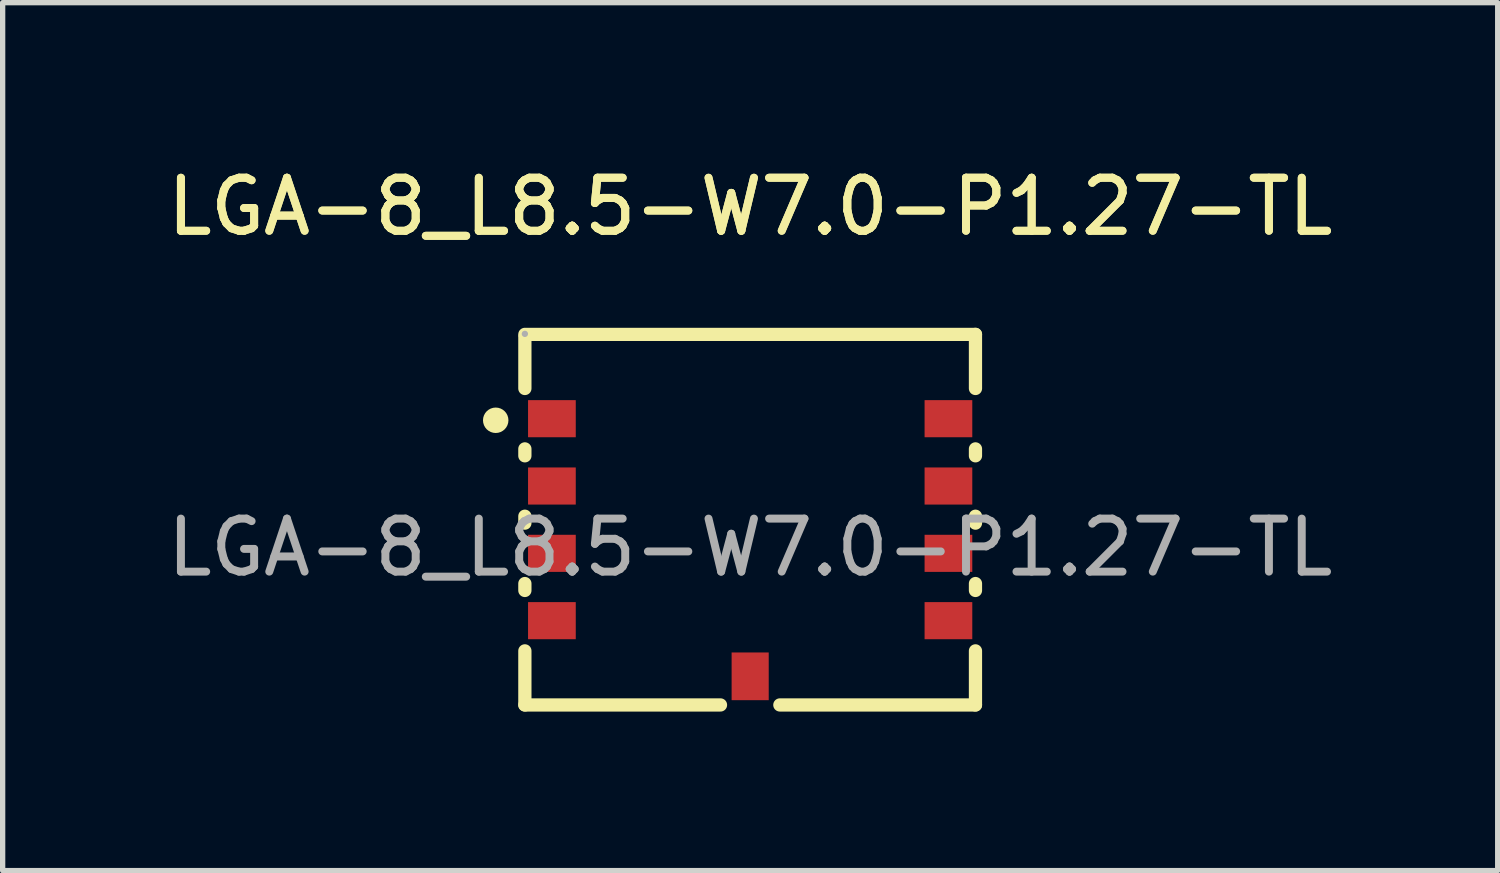
<source format=kicad_pcb>
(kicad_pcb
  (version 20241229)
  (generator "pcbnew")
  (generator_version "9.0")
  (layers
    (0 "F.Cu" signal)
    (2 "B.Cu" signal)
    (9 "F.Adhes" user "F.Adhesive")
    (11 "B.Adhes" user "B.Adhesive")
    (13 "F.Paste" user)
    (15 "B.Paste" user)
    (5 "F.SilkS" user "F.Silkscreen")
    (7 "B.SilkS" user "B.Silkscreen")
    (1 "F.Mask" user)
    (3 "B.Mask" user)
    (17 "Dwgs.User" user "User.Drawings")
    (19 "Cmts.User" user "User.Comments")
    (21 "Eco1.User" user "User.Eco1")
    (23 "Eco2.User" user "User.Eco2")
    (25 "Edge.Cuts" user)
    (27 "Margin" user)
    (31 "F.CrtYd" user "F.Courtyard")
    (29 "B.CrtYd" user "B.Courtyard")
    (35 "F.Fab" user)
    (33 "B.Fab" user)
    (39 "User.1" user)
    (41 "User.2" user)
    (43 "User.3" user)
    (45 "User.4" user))
  (footprint "LGA-8_L8.5-W7.0-P1.27-TL"
    (layer "F.Cu")
    (at 11.101 7.278)
    (property "Reference" "LGA-8_L8.5-W7.0-P1.27-TL" (at 0 -6.43 0) (layer "F.SilkS") (effects (font (size 1 1) (thickness 0.15))))
    (attr through_hole)
    (fp_line (start -4.25 -4.02) (end 4.25 -4.02) (stroke (width 0.25) (type solid)) (layer "F.SilkS"))
    (fp_line (start -4.25 -3) (end -4.25 -3.97) (stroke (width 0.25) (type solid)) (layer "F.SilkS"))
    (fp_line (start -4.25 -1.73) (end -4.25 -1.86) (stroke (width 0.25) (type solid)) (layer "F.SilkS"))
    (fp_line (start -4.25 -0.46) (end -4.25 -0.59) (stroke (width 0.25) (type solid)) (layer "F.SilkS"))
    (fp_line (start -4.25 0.81) (end -4.25 0.68) (stroke (width 0.25) (type solid)) (layer "F.SilkS"))
    (fp_line (start -4.25 2.97) (end -4.25 1.95) (stroke (width 0.25) (type solid)) (layer "F.SilkS"))
    (fp_line (start -0.56 2.97) (end -4.25 2.97) (stroke (width 0.25) (type solid)) (layer "F.SilkS"))
    (fp_line (start 4.25 -4.02) (end 4.25 -3) (stroke (width 0.25) (type solid)) (layer "F.SilkS"))
    (fp_line (start 4.25 -1.86) (end 4.25 -1.73) (stroke (width 0.25) (type solid)) (layer "F.SilkS"))
    (fp_line (start 4.25 -0.59) (end 4.25 -0.46) (stroke (width 0.25) (type solid)) (layer "F.SilkS"))
    (fp_line (start 4.25 0.68) (end 4.25 0.81) (stroke (width 0.25) (type solid)) (layer "F.SilkS"))
    (fp_line (start 4.25 1.95) (end 4.25 2.97) (stroke (width 0.25) (type solid)) (layer "F.SilkS"))
    (fp_line (start 4.25 2.97) (end 0.56 2.97) (stroke (width 0.25) (type solid)) (layer "F.SilkS"))
    (fp_circle (center -4.8 -2.4) (end -4.68 -2.4) (stroke (width 0.24) (type solid)) (fill no) (layer "F.SilkS"))
    (fp_circle (center -4.25 -4.03) (end -4.22 -4.03) (stroke (width 0.06) (type solid)) (fill no) (layer "F.Fab"))
    (fp_text user "${REFERENCE}" (at 0 -6.43 0) (layer "F.SilkS") (effects (font (size 1 1) (thickness 0.15))))
    (fp_text user "${REFERENCE}" (at 0 0 0) (layer "F.Fab") (effects (font (size 1 1) (thickness 0.15))))
    (pad "1" smd rect (at -3.74 -2.43) (size 0.9 0.7) (layers "F.Cu" "F.Mask" "F.Paste"))
    (pad "2" smd rect (at -3.74 -1.16) (size 0.9 0.7) (layers "F.Cu" "F.Mask" "F.Paste"))
    (pad "3" smd rect (at -3.74 0.11) (size 0.9 0.7) (layers "F.Cu" "F.Mask" "F.Paste"))
    (pad "4" smd rect (at -3.74 1.38) (size 0.9 0.7) (layers "F.Cu" "F.Mask" "F.Paste"))
    (pad "5" smd rect (at 3.74 1.38) (size 0.9 0.7) (layers "F.Cu" "F.Mask" "F.Paste"))
    (pad "6" smd rect (at 3.74 0.11) (size 0.9 0.7) (layers "F.Cu" "F.Mask" "F.Paste"))
    (pad "7" smd rect (at 3.74 -1.16) (size 0.9 0.7) (layers "F.Cu" "F.Mask" "F.Paste"))
    (pad "8" smd rect (at 3.74 -2.43) (size 0.9 0.7) (layers "F.Cu" "F.Mask" "F.Paste"))
    (pad "9" smd rect (at 0 2.43 90) (size 0.9 0.7) (layers "F.Cu" "F.Mask" "F.Paste")))
  (gr_rect
    (start -3 -3)
    (end 25.202 13.373)
    (stroke (width 0.1) (type default))
    (fill no)
    (layer "Edge.Cuts")))
</source>
